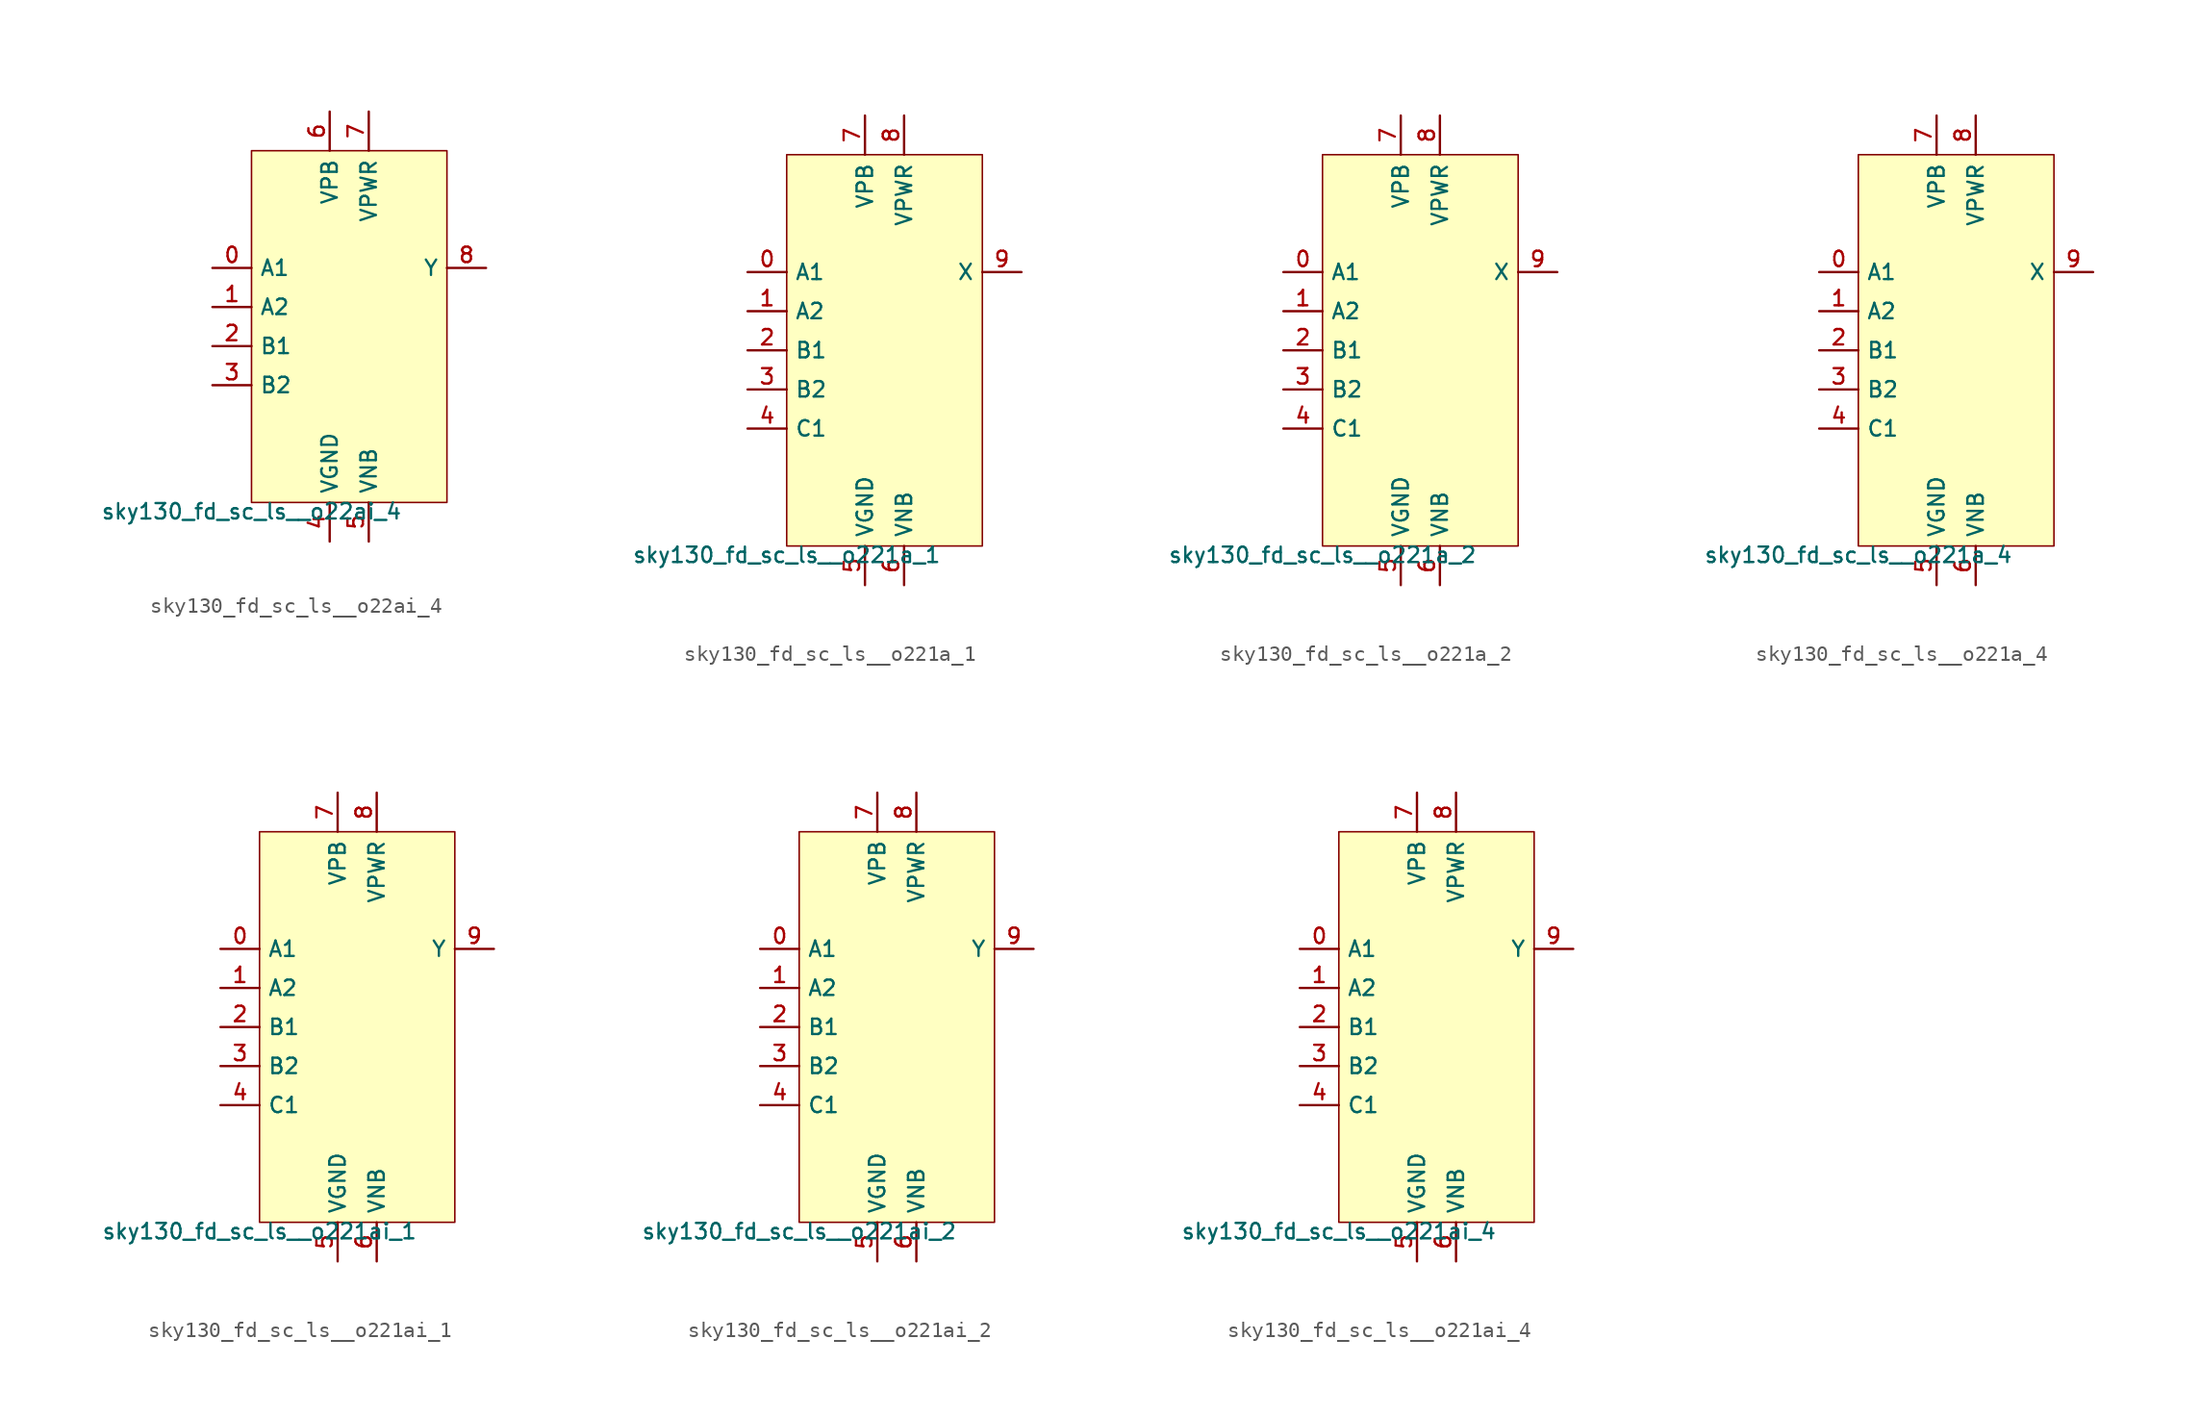
<source format=kicad_sym>
(kicad_symbol_lib
  (version 20211014)
  (generator lef2kicad_sym)
  (symbol "sky130_fd_sc_ls__o22ai_4"
    (property "Reference" "X"
      (at 0 0 0)
      (effects (font (size 1 1)) hide))
    (property "Value" "sky130_fd_sc_ls__o22ai_4"
      (at -6.35 -11.43 0)
      (effects (font (size 1 1)) (justify top)))
    (rectangle
      (start -6.35 -11.43)
      (end 6.35 11.43)
      (stroke (width 0.1) (type solid) (color 0 0 0 0))
      (fill (type background)))
    (pin input line
      (at -8.89 3.81 0)
      (length 2.54)
      (name "A1" (effects (font (size 1 1)) hide))
      (number "0" (effects (font (size 1 1)) hide)))
    (pin input line
      (at -8.89 1.27 0)
      (length 2.54)
      (name "A2" (effects (font (size 1 1)) hide))
      (number "1" (effects (font (size 1 1)) hide)))
    (pin input line
      (at -8.89 -1.27 0)
      (length 2.54)
      (name "B1" (effects (font (size 1 1)) hide))
      (number "2" (effects (font (size 1 1)) hide)))
    (pin input line
      (at -8.89 -3.81 0)
      (length 2.54)
      (name "B2" (effects (font (size 1 1)) hide))
      (number "3" (effects (font (size 1 1)) hide)))
    (pin power_in line
      (at -1.27 -13.97 90)
      (length 2.54)
      (name "VGND" (effects (font (size 1 1)) hide))
      (number "4" (effects (font (size 1 1)) hide)))
    (pin power_in line
      (at 1.27 -13.97 90)
      (length 2.54)
      (name "VNB" (effects (font (size 1 1)) hide))
      (number "5" (effects (font (size 1 1)) hide)))
    (pin power_in line
      (at -1.27 13.97 270)
      (length 2.54)
      (name "VPB" (effects (font (size 1 1)) hide))
      (number "6" (effects (font (size 1 1)) hide)))
    (pin power_in line
      (at 1.27 13.97 270)
      (length 2.54)
      (name "VPWR" (effects (font (size 1 1)) hide))
      (number "7" (effects (font (size 1 1)) hide)))
    (pin output line
      (at 8.89 3.81 180)
      (length 2.54)
      (name "Y" (effects (font (size 1 1)) hide))
      (number "8" (effects (font (size 1 1)) hide))))
  (symbol "sky130_fd_sc_ls__o221a_1"
    (property "Reference" "X"
      (at 0 0 0)
      (effects (font (size 1 1)) hide))
    (property "Value" "sky130_fd_sc_ls__o221a_1"
      (at -6.35 -12.7 0)
      (effects (font (size 1 1)) (justify top)))
    (rectangle
      (start -6.35 -12.7)
      (end 6.35 12.7)
      (stroke (width 0.1) (type solid) (color 0 0 0 0))
      (fill (type background)))
    (pin input line
      (at -8.89 5.08 0)
      (length 2.54)
      (name "A1" (effects (font (size 1 1)) hide))
      (number "0" (effects (font (size 1 1)) hide)))
    (pin input line
      (at -8.89 2.54 0)
      (length 2.54)
      (name "A2" (effects (font (size 1 1)) hide))
      (number "1" (effects (font (size 1 1)) hide)))
    (pin input line
      (at -8.89 -8.881784197001252e-16 0)
      (length 2.54)
      (name "B1" (effects (font (size 1 1)) hide))
      (number "2" (effects (font (size 1 1)) hide)))
    (pin input line
      (at -8.89 -2.54 0)
      (length 2.54)
      (name "B2" (effects (font (size 1 1)) hide))
      (number "3" (effects (font (size 1 1)) hide)))
    (pin input line
      (at -8.89 -5.08 0)
      (length 2.54)
      (name "C1" (effects (font (size 1 1)) hide))
      (number "4" (effects (font (size 1 1)) hide)))
    (pin power_in line
      (at -1.27 -15.24 90)
      (length 2.54)
      (name "VGND" (effects (font (size 1 1)) hide))
      (number "5" (effects (font (size 1 1)) hide)))
    (pin power_in line
      (at 1.27 -15.24 90)
      (length 2.54)
      (name "VNB" (effects (font (size 1 1)) hide))
      (number "6" (effects (font (size 1 1)) hide)))
    (pin power_in line
      (at -1.27 15.24 270)
      (length 2.54)
      (name "VPB" (effects (font (size 1 1)) hide))
      (number "7" (effects (font (size 1 1)) hide)))
    (pin power_in line
      (at 1.27 15.24 270)
      (length 2.54)
      (name "VPWR" (effects (font (size 1 1)) hide))
      (number "8" (effects (font (size 1 1)) hide)))
    (pin output line
      (at 8.89 5.08 180)
      (length 2.54)
      (name "X" (effects (font (size 1 1)) hide))
      (number "9" (effects (font (size 1 1)) hide))))
  (symbol "sky130_fd_sc_ls__o221a_2"
    (property "Reference" "X"
      (at 0 0 0)
      (effects (font (size 1 1)) hide))
    (property "Value" "sky130_fd_sc_ls__o221a_2"
      (at -6.35 -12.7 0)
      (effects (font (size 1 1)) (justify top)))
    (rectangle
      (start -6.35 -12.7)
      (end 6.35 12.7)
      (stroke (width 0.1) (type solid) (color 0 0 0 0))
      (fill (type background)))
    (pin input line
      (at -8.89 5.08 0)
      (length 2.54)
      (name "A1" (effects (font (size 1 1)) hide))
      (number "0" (effects (font (size 1 1)) hide)))
    (pin input line
      (at -8.89 2.54 0)
      (length 2.54)
      (name "A2" (effects (font (size 1 1)) hide))
      (number "1" (effects (font (size 1 1)) hide)))
    (pin input line
      (at -8.89 -8.881784197001252e-16 0)
      (length 2.54)
      (name "B1" (effects (font (size 1 1)) hide))
      (number "2" (effects (font (size 1 1)) hide)))
    (pin input line
      (at -8.89 -2.54 0)
      (length 2.54)
      (name "B2" (effects (font (size 1 1)) hide))
      (number "3" (effects (font (size 1 1)) hide)))
    (pin input line
      (at -8.89 -5.08 0)
      (length 2.54)
      (name "C1" (effects (font (size 1 1)) hide))
      (number "4" (effects (font (size 1 1)) hide)))
    (pin power_in line
      (at -1.27 -15.24 90)
      (length 2.54)
      (name "VGND" (effects (font (size 1 1)) hide))
      (number "5" (effects (font (size 1 1)) hide)))
    (pin power_in line
      (at 1.27 -15.24 90)
      (length 2.54)
      (name "VNB" (effects (font (size 1 1)) hide))
      (number "6" (effects (font (size 1 1)) hide)))
    (pin power_in line
      (at -1.27 15.24 270)
      (length 2.54)
      (name "VPB" (effects (font (size 1 1)) hide))
      (number "7" (effects (font (size 1 1)) hide)))
    (pin power_in line
      (at 1.27 15.24 270)
      (length 2.54)
      (name "VPWR" (effects (font (size 1 1)) hide))
      (number "8" (effects (font (size 1 1)) hide)))
    (pin output line
      (at 8.89 5.08 180)
      (length 2.54)
      (name "X" (effects (font (size 1 1)) hide))
      (number "9" (effects (font (size 1 1)) hide))))
  (symbol "sky130_fd_sc_ls__o221a_4"
    (property "Reference" "X"
      (at 0 0 0)
      (effects (font (size 1 1)) hide))
    (property "Value" "sky130_fd_sc_ls__o221a_4"
      (at -6.35 -12.7 0)
      (effects (font (size 1 1)) (justify top)))
    (rectangle
      (start -6.35 -12.7)
      (end 6.35 12.7)
      (stroke (width 0.1) (type solid) (color 0 0 0 0))
      (fill (type background)))
    (pin input line
      (at -8.89 5.08 0)
      (length 2.54)
      (name "A1" (effects (font (size 1 1)) hide))
      (number "0" (effects (font (size 1 1)) hide)))
    (pin input line
      (at -8.89 2.54 0)
      (length 2.54)
      (name "A2" (effects (font (size 1 1)) hide))
      (number "1" (effects (font (size 1 1)) hide)))
    (pin input line
      (at -8.89 -8.881784197001252e-16 0)
      (length 2.54)
      (name "B1" (effects (font (size 1 1)) hide))
      (number "2" (effects (font (size 1 1)) hide)))
    (pin input line
      (at -8.89 -2.54 0)
      (length 2.54)
      (name "B2" (effects (font (size 1 1)) hide))
      (number "3" (effects (font (size 1 1)) hide)))
    (pin input line
      (at -8.89 -5.08 0)
      (length 2.54)
      (name "C1" (effects (font (size 1 1)) hide))
      (number "4" (effects (font (size 1 1)) hide)))
    (pin power_in line
      (at -1.27 -15.24 90)
      (length 2.54)
      (name "VGND" (effects (font (size 1 1)) hide))
      (number "5" (effects (font (size 1 1)) hide)))
    (pin power_in line
      (at 1.27 -15.24 90)
      (length 2.54)
      (name "VNB" (effects (font (size 1 1)) hide))
      (number "6" (effects (font (size 1 1)) hide)))
    (pin power_in line
      (at -1.27 15.24 270)
      (length 2.54)
      (name "VPB" (effects (font (size 1 1)) hide))
      (number "7" (effects (font (size 1 1)) hide)))
    (pin power_in line
      (at 1.27 15.24 270)
      (length 2.54)
      (name "VPWR" (effects (font (size 1 1)) hide))
      (number "8" (effects (font (size 1 1)) hide)))
    (pin output line
      (at 8.89 5.08 180)
      (length 2.54)
      (name "X" (effects (font (size 1 1)) hide))
      (number "9" (effects (font (size 1 1)) hide))))
  (symbol "sky130_fd_sc_ls__o221ai_1"
    (property "Reference" "X"
      (at 0 0 0)
      (effects (font (size 1 1)) hide))
    (property "Value" "sky130_fd_sc_ls__o221ai_1"
      (at -6.35 -12.7 0)
      (effects (font (size 1 1)) (justify top)))
    (rectangle
      (start -6.35 -12.7)
      (end 6.35 12.7)
      (stroke (width 0.1) (type solid) (color 0 0 0 0))
      (fill (type background)))
    (pin input line
      (at -8.89 5.08 0)
      (length 2.54)
      (name "A1" (effects (font (size 1 1)) hide))
      (number "0" (effects (font (size 1 1)) hide)))
    (pin input line
      (at -8.89 2.54 0)
      (length 2.54)
      (name "A2" (effects (font (size 1 1)) hide))
      (number "1" (effects (font (size 1 1)) hide)))
    (pin input line
      (at -8.89 -8.881784197001252e-16 0)
      (length 2.54)
      (name "B1" (effects (font (size 1 1)) hide))
      (number "2" (effects (font (size 1 1)) hide)))
    (pin input line
      (at -8.89 -2.54 0)
      (length 2.54)
      (name "B2" (effects (font (size 1 1)) hide))
      (number "3" (effects (font (size 1 1)) hide)))
    (pin input line
      (at -8.89 -5.08 0)
      (length 2.54)
      (name "C1" (effects (font (size 1 1)) hide))
      (number "4" (effects (font (size 1 1)) hide)))
    (pin power_in line
      (at -1.27 -15.24 90)
      (length 2.54)
      (name "VGND" (effects (font (size 1 1)) hide))
      (number "5" (effects (font (size 1 1)) hide)))
    (pin power_in line
      (at 1.27 -15.24 90)
      (length 2.54)
      (name "VNB" (effects (font (size 1 1)) hide))
      (number "6" (effects (font (size 1 1)) hide)))
    (pin power_in line
      (at -1.27 15.24 270)
      (length 2.54)
      (name "VPB" (effects (font (size 1 1)) hide))
      (number "7" (effects (font (size 1 1)) hide)))
    (pin power_in line
      (at 1.27 15.24 270)
      (length 2.54)
      (name "VPWR" (effects (font (size 1 1)) hide))
      (number "8" (effects (font (size 1 1)) hide)))
    (pin output line
      (at 8.89 5.08 180)
      (length 2.54)
      (name "Y" (effects (font (size 1 1)) hide))
      (number "9" (effects (font (size 1 1)) hide))))
  (symbol "sky130_fd_sc_ls__o221ai_2"
    (property "Reference" "X"
      (at 0 0 0)
      (effects (font (size 1 1)) hide))
    (property "Value" "sky130_fd_sc_ls__o221ai_2"
      (at -6.35 -12.7 0)
      (effects (font (size 1 1)) (justify top)))
    (rectangle
      (start -6.35 -12.7)
      (end 6.35 12.7)
      (stroke (width 0.1) (type solid) (color 0 0 0 0))
      (fill (type background)))
    (pin input line
      (at -8.89 5.08 0)
      (length 2.54)
      (name "A1" (effects (font (size 1 1)) hide))
      (number "0" (effects (font (size 1 1)) hide)))
    (pin input line
      (at -8.89 2.54 0)
      (length 2.54)
      (name "A2" (effects (font (size 1 1)) hide))
      (number "1" (effects (font (size 1 1)) hide)))
    (pin input line
      (at -8.89 -8.881784197001252e-16 0)
      (length 2.54)
      (name "B1" (effects (font (size 1 1)) hide))
      (number "2" (effects (font (size 1 1)) hide)))
    (pin input line
      (at -8.89 -2.54 0)
      (length 2.54)
      (name "B2" (effects (font (size 1 1)) hide))
      (number "3" (effects (font (size 1 1)) hide)))
    (pin input line
      (at -8.89 -5.08 0)
      (length 2.54)
      (name "C1" (effects (font (size 1 1)) hide))
      (number "4" (effects (font (size 1 1)) hide)))
    (pin power_in line
      (at -1.27 -15.24 90)
      (length 2.54)
      (name "VGND" (effects (font (size 1 1)) hide))
      (number "5" (effects (font (size 1 1)) hide)))
    (pin power_in line
      (at 1.27 -15.24 90)
      (length 2.54)
      (name "VNB" (effects (font (size 1 1)) hide))
      (number "6" (effects (font (size 1 1)) hide)))
    (pin power_in line
      (at -1.27 15.24 270)
      (length 2.54)
      (name "VPB" (effects (font (size 1 1)) hide))
      (number "7" (effects (font (size 1 1)) hide)))
    (pin power_in line
      (at 1.27 15.24 270)
      (length 2.54)
      (name "VPWR" (effects (font (size 1 1)) hide))
      (number "8" (effects (font (size 1 1)) hide)))
    (pin output line
      (at 8.89 5.08 180)
      (length 2.54)
      (name "Y" (effects (font (size 1 1)) hide))
      (number "9" (effects (font (size 1 1)) hide))))
  (symbol "sky130_fd_sc_ls__o221ai_4"
    (property "Reference" "X"
      (at 0 0 0)
      (effects (font (size 1 1)) hide))
    (property "Value" "sky130_fd_sc_ls__o221ai_4"
      (at -6.35 -12.7 0)
      (effects (font (size 1 1)) (justify top)))
    (rectangle
      (start -6.35 -12.7)
      (end 6.35 12.7)
      (stroke (width 0.1) (type solid) (color 0 0 0 0))
      (fill (type background)))
    (pin input line
      (at -8.89 5.08 0)
      (length 2.54)
      (name "A1" (effects (font (size 1 1)) hide))
      (number "0" (effects (font (size 1 1)) hide)))
    (pin input line
      (at -8.89 2.54 0)
      (length 2.54)
      (name "A2" (effects (font (size 1 1)) hide))
      (number "1" (effects (font (size 1 1)) hide)))
    (pin input line
      (at -8.89 -8.881784197001252e-16 0)
      (length 2.54)
      (name "B1" (effects (font (size 1 1)) hide))
      (number "2" (effects (font (size 1 1)) hide)))
    (pin input line
      (at -8.89 -2.54 0)
      (length 2.54)
      (name "B2" (effects (font (size 1 1)) hide))
      (number "3" (effects (font (size 1 1)) hide)))
    (pin input line
      (at -8.89 -5.08 0)
      (length 2.54)
      (name "C1" (effects (font (size 1 1)) hide))
      (number "4" (effects (font (size 1 1)) hide)))
    (pin power_in line
      (at -1.27 -15.24 90)
      (length 2.54)
      (name "VGND" (effects (font (size 1 1)) hide))
      (number "5" (effects (font (size 1 1)) hide)))
    (pin power_in line
      (at 1.27 -15.24 90)
      (length 2.54)
      (name "VNB" (effects (font (size 1 1)) hide))
      (number "6" (effects (font (size 1 1)) hide)))
    (pin power_in line
      (at -1.27 15.24 270)
      (length 2.54)
      (name "VPB" (effects (font (size 1 1)) hide))
      (number "7" (effects (font (size 1 1)) hide)))
    (pin power_in line
      (at 1.27 15.24 270)
      (length 2.54)
      (name "VPWR" (effects (font (size 1 1)) hide))
      (number "8" (effects (font (size 1 1)) hide)))
    (pin output line
      (at 8.89 5.08 180)
      (length 2.54)
      (name "Y" (effects (font (size 1 1)) hide))
      (number "9" (effects (font (size 1 1)) hide)))))
</source>
